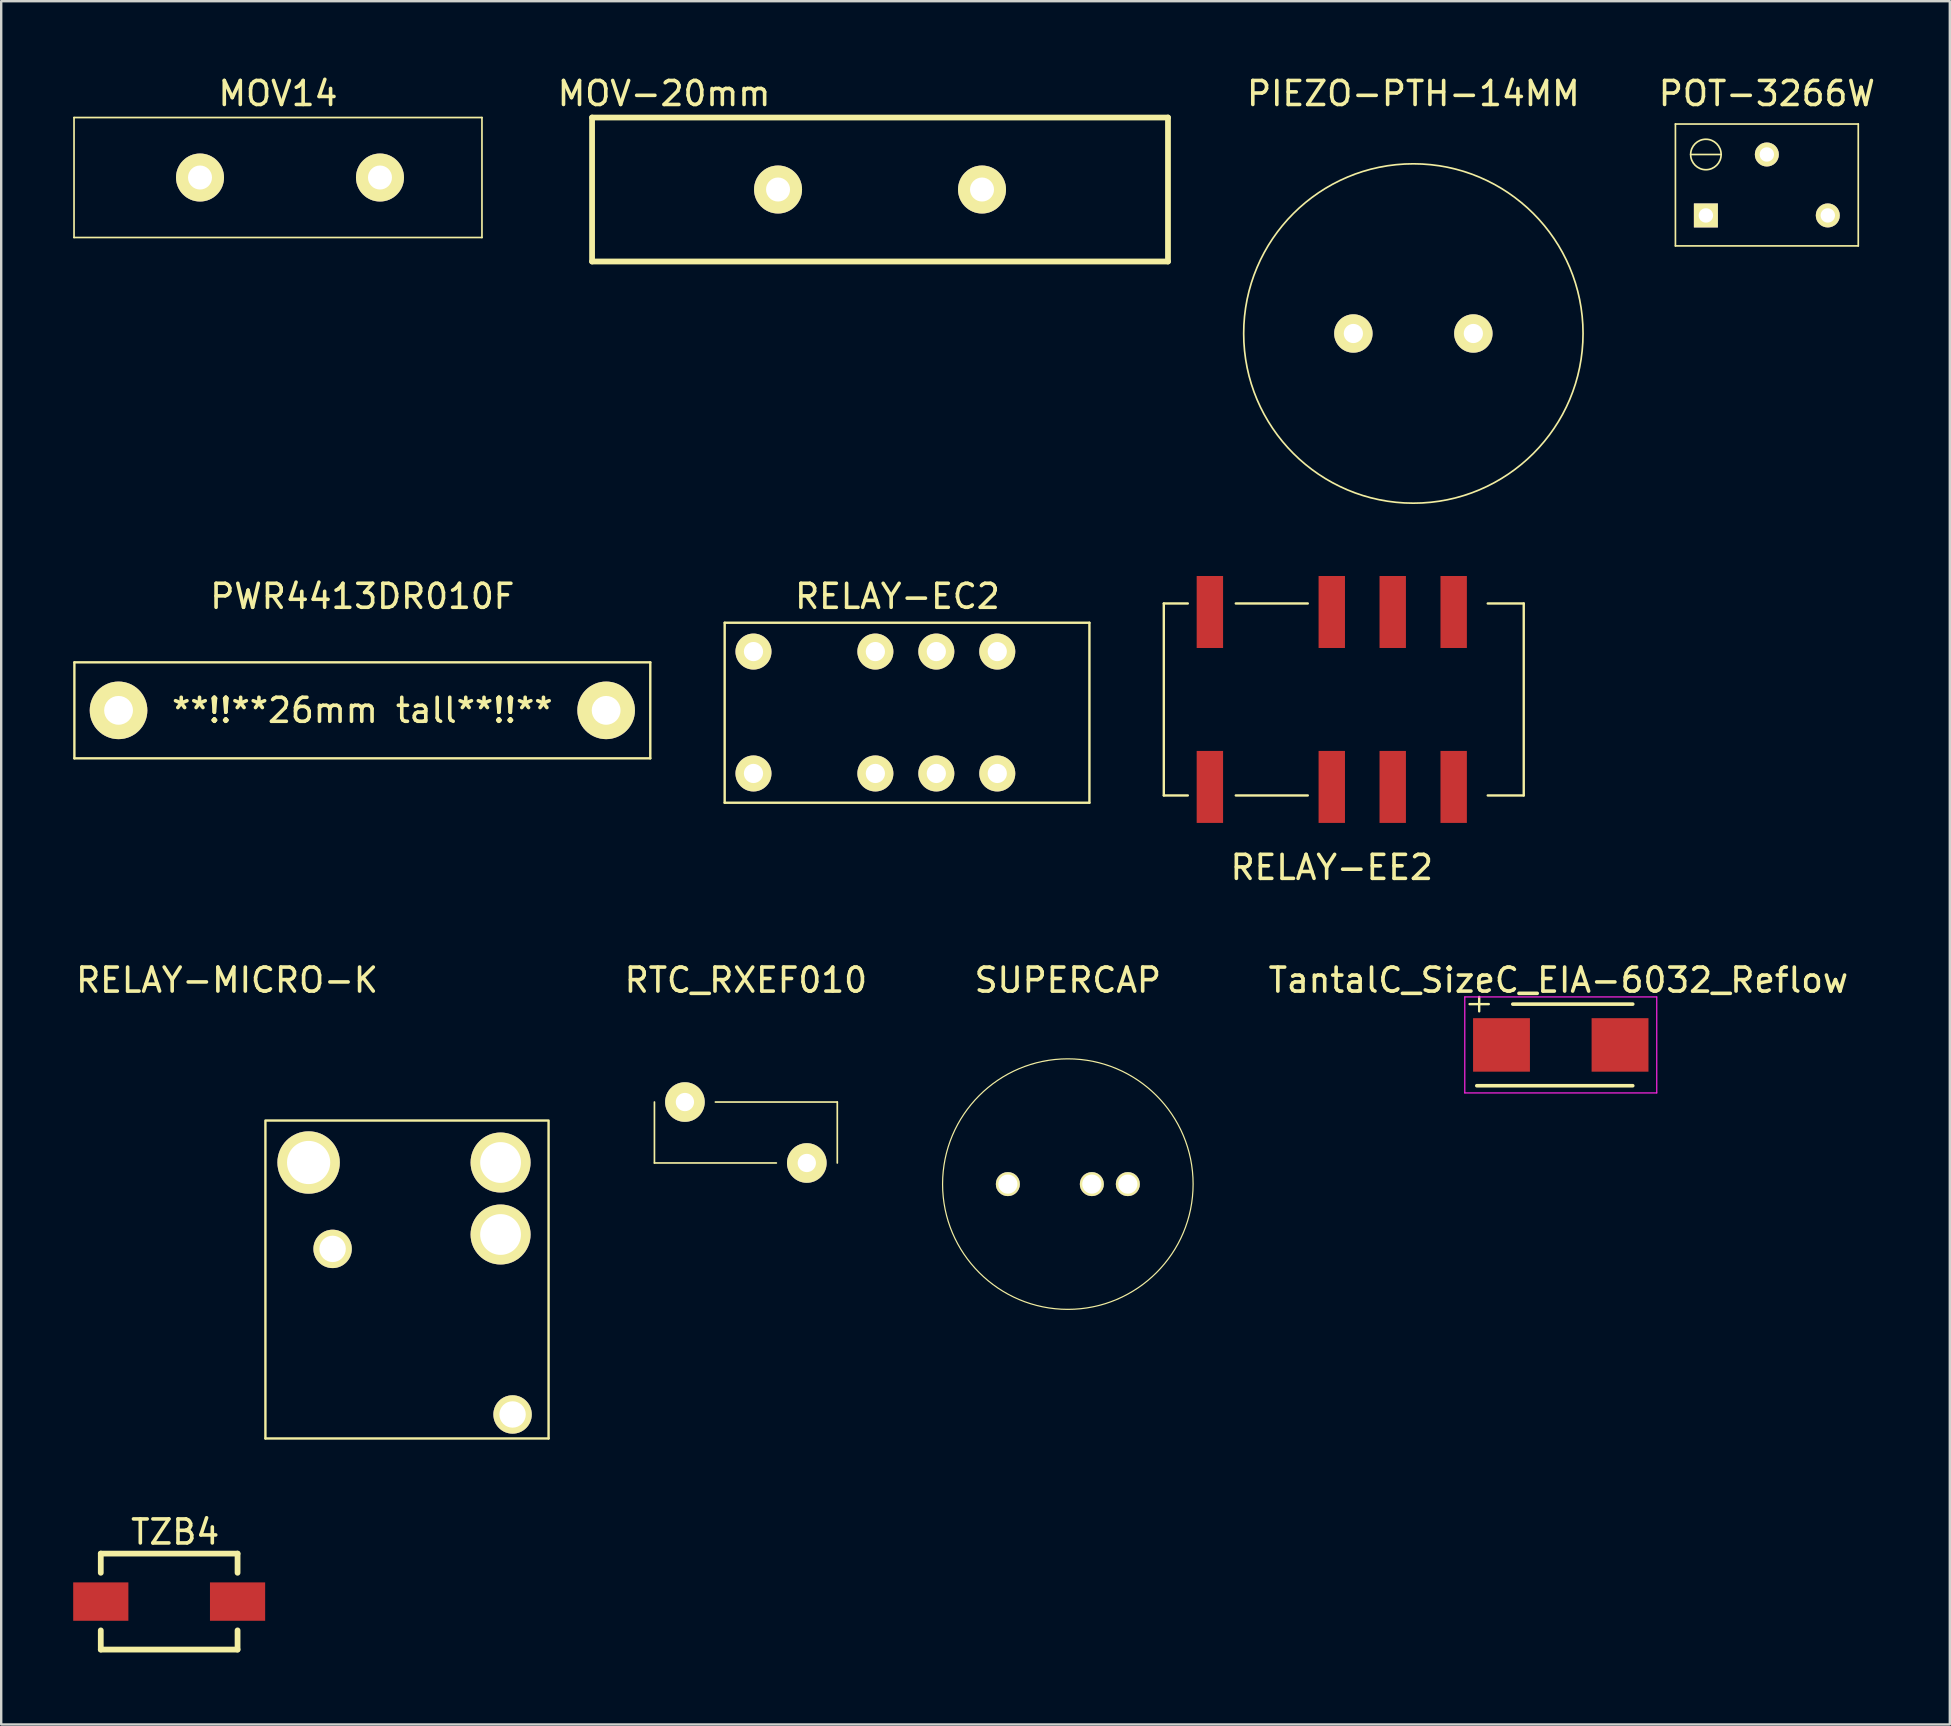
<source format=kicad_pcb>
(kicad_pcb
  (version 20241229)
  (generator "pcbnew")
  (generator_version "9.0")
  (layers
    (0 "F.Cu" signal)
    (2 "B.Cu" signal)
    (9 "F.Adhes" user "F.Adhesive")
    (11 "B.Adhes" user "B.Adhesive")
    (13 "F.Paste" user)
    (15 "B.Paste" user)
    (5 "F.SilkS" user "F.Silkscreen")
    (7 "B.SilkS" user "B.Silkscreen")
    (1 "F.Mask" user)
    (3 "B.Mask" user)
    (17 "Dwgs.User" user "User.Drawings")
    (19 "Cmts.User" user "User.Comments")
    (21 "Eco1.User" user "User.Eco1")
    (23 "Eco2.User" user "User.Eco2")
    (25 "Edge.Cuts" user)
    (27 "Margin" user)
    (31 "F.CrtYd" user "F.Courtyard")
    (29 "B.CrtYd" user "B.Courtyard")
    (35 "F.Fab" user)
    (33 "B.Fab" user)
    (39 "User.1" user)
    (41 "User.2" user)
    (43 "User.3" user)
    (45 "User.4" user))
  (footprint "TZB4"
    (layer "F.Cu")
    (at 4 63.694)
    (property "Reference" "TZB4" (at 0.25 -2.9 0) (layer "F.SilkS") (effects (font (size 1 1) (thickness 0.15))))
    (attr through_hole)
    (fp_line (start -2.85 -2) (end 2.85 -2) (stroke (width 0.24) (type solid)) (layer "F.SilkS"))
    (fp_line (start -2.85 -1.2) (end -2.85 -2) (stroke (width 0.24) (type solid)) (layer "F.SilkS"))
    (fp_line (start -2.85 2) (end -2.85 1.2) (stroke (width 0.24) (type solid)) (layer "F.SilkS"))
    (fp_line (start -2.85 2) (end 2.85 2) (stroke (width 0.24) (type solid)) (layer "F.SilkS"))
    (fp_line (start 2.85 -1.2) (end 2.85 -2) (stroke (width 0.24) (type solid)) (layer "F.SilkS"))
    (fp_line (start 2.85 2) (end 2.85 1.2) (stroke (width 0.24) (type solid)) (layer "F.SilkS"))
    (pad "1" smd rect (at -2.85 0) (size 2.3 1.6) (layers "F.Cu" "F.Mask" "F.Paste"))
    (pad "2" smd rect (at 2.85 0) (size 2.3 1.6) (layers "F.Cu" "F.Mask" "F.Paste")))
  (footprint "TantalC_SizeC_EIA-6032_Reflow"
    (layer "F.Cu")
    (at 61.993 40.496)
    (property "Reference" "TantalC_SizeC_EIA-6032_Reflow" (at -0.1 -2.7 0) (layer "F.SilkS") (effects (font (size 1 1) (thickness 0.15))))
    (attr smd)
    (fp_line (start -3.4 -2) (end -3.4 -1.4) (stroke (width 0.1) (type solid)) (layer "F.SilkS"))
    (fp_line (start -3 -1.7) (end -3.8 -1.7) (stroke (width 0.1) (type solid)) (layer "F.SilkS"))
    (fp_line (start 3 -1.7) (end -2 -1.7) (stroke (width 0.15) (type solid)) (layer "F.SilkS"))
    (fp_line (start 3 1.7) (end -3.5 1.7) (stroke (width 0.15) (type solid)) (layer "F.SilkS"))
    (fp_line (start -4 -2) (end -4 2) (stroke (width 0.05) (type solid)) (layer "F.CrtYd"))
    (fp_line (start -4 2) (end 4 2) (stroke (width 0.05) (type solid)) (layer "F.CrtYd"))
    (fp_line (start 4 -2) (end -4 -2) (stroke (width 0.05) (type solid)) (layer "F.CrtYd"))
    (fp_line (start 4 2) (end 4 -2) (stroke (width 0.05) (type solid)) (layer "F.CrtYd"))
    (pad "1" smd rect (at -2.47 0) (size 2.37 2.23) (layers "F.Cu" "F.Mask" "F.Paste"))
    (pad "2" smd rect (at 2.47 0) (size 2.37 2.23) (layers "F.Cu" "F.Mask" "F.Paste")))
  (footprint "RELAY-EC2"
    (layer "F.Cu")
    (at 28.35 24.103)
    (property "Reference" "RELAY-EC2" (at 6 -2.3 0) (layer "F.SilkS") (effects (font (size 1 1) (thickness 0.15))))
    (attr through_hole)
    (fp_line (start -1.2 -1.2) (end -1.2 6.3) (stroke (width 0.1) (type solid)) (layer "F.SilkS"))
    (fp_line (start -1.2 6.3) (end 14 6.3) (stroke (width 0.1) (type solid)) (layer "F.SilkS"))
    (fp_line (start 14 -1.2) (end -1.2 -1.2) (stroke (width 0.1) (type solid)) (layer "F.SilkS"))
    (fp_line (start 14 6.3) (end 14 -1.2) (stroke (width 0.1) (type solid)) (layer "F.SilkS"))
    (pad "1" thru_hole circle (at 0 5.08) (size 1.5 1.5) (drill 0.8) (layers "*.Cu" "*.Mask" "F.SilkS"))
    (pad "3" thru_hole circle (at 5.08 5.08) (size 1.5 1.5) (drill 0.8) (layers "*.Cu" "*.Mask" "F.SilkS"))
    (pad "4" thru_hole circle (at 7.62 5.08) (size 1.5 1.5) (drill 0.8) (layers "*.Cu" "*.Mask" "F.SilkS"))
    (pad "5" thru_hole circle (at 10.16 5.08) (size 1.5 1.5) (drill 0.8) (layers "*.Cu" "*.Mask" "F.SilkS"))
    (pad "8" thru_hole circle (at 10.16 0) (size 1.5 1.5) (drill 0.8) (layers "*.Cu" "*.Mask" "F.SilkS"))
    (pad "9" thru_hole circle (at 7.62 0) (size 1.5 1.5) (drill 0.8) (layers "*.Cu" "*.Mask" "F.SilkS"))
    (pad "10" thru_hole circle (at 5.08 0) (size 1.5 1.5) (drill 0.8) (layers "*.Cu" "*.Mask" "F.SilkS"))
    (pad "12" thru_hole circle (at 0 0) (size 1.5 1.5) (drill 0.8) (layers "*.Cu" "*.Mask" "F.SilkS")))
  (footprint "SUPERCAP"
    (layer "F.Cu")
    (at 41.451 46.296)
    (property "Reference" "SUPERCAP" (at 0 -8.5 0) (layer "F.SilkS") (effects (font (size 1 1) (thickness 0.15))))
    (attr through_hole)
    (fp_circle (center 0 0) (end 1.5 5) (stroke (width 0.05) (type solid)) (fill no) (layer "F.SilkS"))
    (pad "1" thru_hole circle (at 1 0) (size 1 1) (drill 0.8) (layers "*.Cu" "*.Mask" "F.SilkS"))
    (pad "1" thru_hole circle (at 2.5 0) (size 1 1) (drill 0.8) (layers "*.Cu" "*.Mask" "F.SilkS"))
    (pad "2" thru_hole circle (at -2.5 0) (size 1 1) (drill 0.8) (layers "*.Cu" "*.Mask" "F.SilkS")))
  (footprint "POT-3266W"
    (layer "F.Cu")
    (at 70.581 4.658)
    (property "Reference" "POT-3266W" (at 0 -3.81 0) (layer "F.SilkS") (effects (font (size 1 1) (thickness 0.15))))
    (attr through_hole)
    (fp_line (start -3.81 -2.54) (end -3.81 2.54) (stroke (width 0.07) (type solid)) (layer "F.SilkS"))
    (fp_line (start -3.81 2.54) (end 3.81 2.54) (stroke (width 0.07) (type solid)) (layer "F.SilkS"))
    (fp_line (start -3.175 -1.27) (end -1.905 -1.27) (stroke (width 0.07) (type solid)) (layer "F.SilkS"))
    (fp_line (start 3.81 -2.54) (end -3.81 -2.54) (stroke (width 0.07) (type solid)) (layer "F.SilkS"))
    (fp_line (start 3.81 2.54) (end 3.81 -2.54) (stroke (width 0.07) (type solid)) (layer "F.SilkS"))
    (fp_circle (center -2.54 -1.27) (end -2.54 -0.635) (stroke (width 0.07) (type solid)) (fill no) (layer "F.SilkS"))
    (pad "1" thru_hole rect (at -2.54 1.27) (size 1 1) (drill 0.6) (layers "*.Cu" "*.Mask" "F.SilkS"))
    (pad "2" thru_hole circle (at 0 -1.27) (size 1 1) (drill 0.6) (layers "*.Cu" "*.Mask" "F.SilkS"))
    (pad "3" thru_hole circle (at 2.54 1.27) (size 1 1) (drill 0.6) (layers "*.Cu" "*.Mask" "F.SilkS")))
  (footprint "PIEZO-PTH-14MM"
    (layer "F.Cu")
    (at 55.85 10.848)
    (property "Reference" "PIEZO-PTH-14MM" (at 0 -10 0) (layer "F.SilkS") (effects (font (size 1 1) (thickness 0.15))))
    (attr through_hole)
    (fp_circle (center 0 0) (end 7 1) (stroke (width 0.07) (type solid)) (fill no) (layer "F.SilkS"))
    (pad "1" thru_hole circle (at -2.5 0) (size 1.6 1.6) (drill 0.8) (layers "*.Cu" "*.Mask" "F.SilkS"))
    (pad "2" thru_hole circle (at 2.5 0) (size 1.6 1.6) (drill 0.8) (layers "*.Cu" "*.Mask" "F.SilkS")))
  (footprint "MOV14"
    (layer "F.Cu")
    (at 8.535 4.348)
    (property "Reference" "MOV14" (at 0 -3.5 0) (layer "F.SilkS") (effects (font (size 1 1) (thickness 0.15))))
    (attr through_hole)
    (fp_line (start -8.5 -2.5) (end 8.5 -2.5) (stroke (width 0.07) (type solid)) (layer "F.SilkS"))
    (fp_line (start -8.5 2.5) (end -8.5 -2.5) (stroke (width 0.07) (type solid)) (layer "F.SilkS"))
    (fp_line (start 8.5 -2.5) (end 8.5 2.5) (stroke (width 0.07) (type solid)) (layer "F.SilkS"))
    (fp_line (start 8.5 2.5) (end -8.5 2.5) (stroke (width 0.07) (type solid)) (layer "F.SilkS"))
    (pad "1" thru_hole circle (at -3.25 0) (size 2 2) (drill 1) (layers "*.Cu" "*.Mask" "F.SilkS"))
    (pad "2" thru_hole circle (at 4.25 0) (size 2 2) (drill 1) (layers "*.Cu" "*.Mask" "F.SilkS")))
  (footprint "PWR4413DR010F"
    (layer "F.Cu")
    (at 12.05 26.553)
    (property "Reference" "PWR4413DR010F" (at 0 -4.75 0) (layer "F.SilkS") (effects (font (size 1 1) (thickness 0.15))))
    (attr through_hole)
    (fp_line (start -12 -2) (end -12 2) (stroke (width 0.1) (type solid)) (layer "F.SilkS"))
    (fp_line (start -12 2) (end 12 2) (stroke (width 0.1) (type solid)) (layer "F.SilkS"))
    (fp_line (start 12 -2) (end -12 -2) (stroke (width 0.1) (type solid)) (layer "F.SilkS"))
    (fp_line (start 12 2) (end 12 -2) (stroke (width 0.1) (type solid)) (layer "F.SilkS"))
    (fp_text user "**!!**26mm tall**!!**" (at 0 0 0) (layer "F.SilkS") (effects (font (size 1 1) (thickness 0.15))))
    (pad "1" thru_hole circle (at -10.16 0) (size 2.4 2.4) (drill 1.2) (layers "*.Cu" "*.Mask" "F.SilkS"))
    (pad "2" thru_hole circle (at 10.16 0) (size 2.4 2.4) (drill 1.2) (layers "*.Cu" "*.Mask" "F.SilkS")))
  (footprint "MOV-20mm"
    (layer "F.Cu")
    (at 33.624 4.848)
    (property "Reference" "MOV-20mm" (at -9 -4 0) (layer "F.SilkS") (effects (font (size 1 1) (thickness 0.15))))
    (attr through_hole)
    (fp_line (start -12 -3) (end 12 -3) (stroke (width 0.24) (type solid)) (layer "F.SilkS"))
    (fp_line (start -12 3) (end -12 -3) (stroke (width 0.24) (type solid)) (layer "F.SilkS"))
    (fp_line (start 12 -3) (end 12 3) (stroke (width 0.24) (type solid)) (layer "F.SilkS"))
    (fp_line (start 12 3) (end -12 3) (stroke (width 0.24) (type solid)) (layer "F.SilkS"))
    (pad "1" thru_hole circle (at -4.25 0) (size 2 2) (drill 1) (layers "*.Cu" "*.Mask" "F.SilkS"))
    (pad "2" thru_hole circle (at 4.25 0) (size 2 2) (drill 1) (layers "*.Cu" "*.Mask" "F.SilkS")))
  (footprint "RELAY-MICRO-K"
    (layer "F.Cu")
    (at 17.811 45.396)
    (property "Reference" "RELAY-MICRO-K" (at -11.4 -7.6 0) (layer "F.SilkS") (effects (font (size 1 1) (thickness 0.15))))
    (attr through_hole)
    (fp_line (start -9.8 -1.7) (end -9.8 11.5) (stroke (width 0.1) (type solid)) (layer "F.SilkS"))
    (fp_line (start -9.8 11.5) (end 2 11.5) (stroke (width 0.1) (type solid)) (layer "F.SilkS"))
    (fp_line (start 2 -1.75) (end -9.8 -1.75) (stroke (width 0.1) (type solid)) (layer "F.SilkS"))
    (fp_line (start 2 11.5) (end 2 -1.7) (stroke (width 0.1) (type solid)) (layer "F.SilkS"))
    (pad "1" thru_hole circle (at -7 3.6) (size 1.6 1.6) (drill 1.1) (layers "*.Cu" "*.Mask" "F.SilkS"))
    (pad "2" thru_hole circle (at 0.5 10.5) (size 1.6 1.6) (drill 1.1) (layers "*.Cu" "*.Mask" "F.SilkS"))
    (pad "3" thru_hole circle (at 0 0) (size 2.5 2.5) (drill 1.7) (layers "*.Cu" "*.Mask" "F.SilkS"))
    (pad "4" thru_hole circle (at -8 0) (size 2.6 2.6) (drill 1.8) (layers "*.Cu" "*.Mask" "F.SilkS"))
    (pad "5" thru_hole circle (at 0 3) (size 2.5 2.5) (drill 1.7) (layers "*.Cu" "*.Mask" "F.SilkS")))
  (footprint "RTC_RXEF010"
    (layer "F.Cu")
    (at 28.033 44.146)
    (property "Reference" "RTC_RXEF010" (at 0 -6.35 0) (layer "F.SilkS") (effects (font (size 1 1) (thickness 0.15))))
    (attr through_hole)
    (fp_line (start -3.81 -1.27) (end -3.81 1.27) (stroke (width 0.07) (type solid)) (layer "F.SilkS"))
    (fp_line (start -3.81 1.27) (end 1.27 1.27) (stroke (width 0.07) (type solid)) (layer "F.SilkS"))
    (fp_line (start 3.81 -1.27) (end -1.27 -1.27) (stroke (width 0.07) (type solid)) (layer "F.SilkS"))
    (fp_line (start 3.81 1.27) (end 3.81 -1.27) (stroke (width 0.07) (type solid)) (layer "F.SilkS"))
    (pad "1" thru_hole circle (at -2.54 -1.27) (size 1.651 1.651) (drill 0.762) (layers "*.Cu" "*.Mask" "F.SilkS"))
    (pad "2" thru_hole circle (at 2.54 1.27) (size 1.651 1.651) (drill 0.762) (layers "*.Cu" "*.Mask" "F.SilkS")))
  (footprint "RELAY-EE2"
    (layer "F.Cu")
    (at 52.45 26.099)
    (property "Reference" "RELAY-EE2" (at 0 7 0) (layer "F.SilkS") (effects (font (size 1 1) (thickness 0.15))))
    (attr through_hole)
    (fp_line (start -7 -4) (end -7 4) (stroke (width 0.1) (type solid)) (layer "F.SilkS"))
    (fp_line (start -7 -4) (end -6 -4) (stroke (width 0.1) (type solid)) (layer "F.SilkS"))
    (fp_line (start -7 4) (end -6 4) (stroke (width 0.1) (type solid)) (layer "F.SilkS"))
    (fp_line (start -4 -4) (end -1 -4) (stroke (width 0.1) (type solid)) (layer "F.SilkS"))
    (fp_line (start -1 4) (end -4 4) (stroke (width 0.1) (type solid)) (layer "F.SilkS"))
    (fp_line (start 8 -4) (end 6.5 -4) (stroke (width 0.1) (type solid)) (layer "F.SilkS"))
    (fp_line (start 8 4) (end 6.5 4) (stroke (width 0.1) (type solid)) (layer "F.SilkS"))
    (fp_line (start 8 4) (end 8 -4) (stroke (width 0.1) (type solid)) (layer "F.SilkS"))
    (pad "1" smd rect (at -5.08 3.645) (size 1.1 3) (layers "F.Cu" "F.Mask" "F.Paste"))
    (pad "3" smd rect (at 0 3.645) (size 1.1 3) (layers "F.Cu" "F.Mask" "F.Paste"))
    (pad "4" smd rect (at 2.54 3.645) (size 1.1 3) (layers "F.Cu" "F.Mask" "F.Paste"))
    (pad "5" smd rect (at 5.08 3.645) (size 1.1 3) (layers "F.Cu" "F.Mask" "F.Paste"))
    (pad "8" smd rect (at 5.08 -3.645) (size 1.1 3) (layers "F.Cu" "F.Mask" "F.Paste"))
    (pad "9" smd rect (at 2.54 -3.645) (size 1.1 3) (layers "F.Cu" "F.Mask" "F.Paste"))
    (pad "10" smd rect (at 0 -3.645) (size 1.1 3) (layers "F.Cu" "F.Mask" "F.Paste"))
    (pad "12" smd rect (at -5.08 -3.645) (size 1.1 3) (layers "F.Cu" "F.Mask" "F.Paste")))
  (gr_rect
    (start -3 -3)
    (end 78.206 68.814)
    (stroke (width 0.1) (type default))
    (fill no)
    (layer "Edge.Cuts")))
</source>
